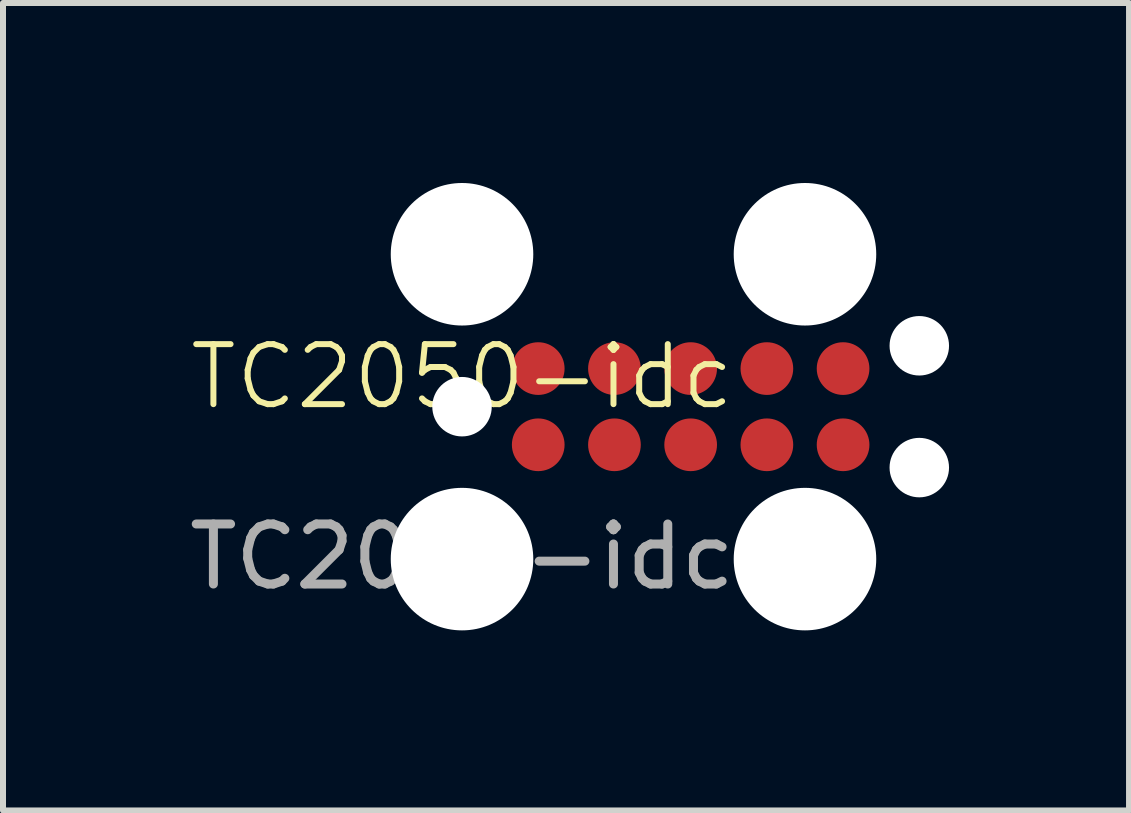
<source format=kicad_pcb>
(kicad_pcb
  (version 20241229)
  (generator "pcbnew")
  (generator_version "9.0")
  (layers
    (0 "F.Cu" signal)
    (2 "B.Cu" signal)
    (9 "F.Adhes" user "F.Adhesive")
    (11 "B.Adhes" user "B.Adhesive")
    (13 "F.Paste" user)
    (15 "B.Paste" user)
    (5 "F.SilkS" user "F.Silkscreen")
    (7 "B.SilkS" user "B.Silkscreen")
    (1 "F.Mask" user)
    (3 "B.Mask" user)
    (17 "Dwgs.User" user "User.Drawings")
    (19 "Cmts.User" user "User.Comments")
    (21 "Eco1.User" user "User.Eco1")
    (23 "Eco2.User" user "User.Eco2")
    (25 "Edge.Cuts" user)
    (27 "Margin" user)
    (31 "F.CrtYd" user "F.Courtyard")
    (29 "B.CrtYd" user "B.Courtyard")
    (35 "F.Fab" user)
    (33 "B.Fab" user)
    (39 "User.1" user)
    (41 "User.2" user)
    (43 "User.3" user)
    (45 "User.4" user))
  (footprint "TC2050-idc"
    (layer "F.Cu")
    (at 4.649 3.727)
    (property "Reference" "TC2050-idc" (at 0 -0.5 0) (unlocked yes) (layer "F.SilkS") (effects (font (size 1 1) (thickness 0.1))))
    (attr smd)
    (fp_text user "${REFERENCE}" (at 0 2.5 0) (unlocked yes) (layer "F.Fab") (effects (font (size 1 1) (thickness 0.15))))
    (pad "" np_thru_hole circle (at 0 -2.54) (size 2.375 2.375) (drill 2.375) (layers "*.Cu" "*.Mask"))
    (pad "" np_thru_hole circle (at 0 0) (size 0.991 0.991) (drill 0.991) (layers "*.Cu" "*.Mask"))
    (pad "" np_thru_hole circle (at 0 2.54) (size 2.375 2.375) (drill 2.375) (layers "*.Cu" "*.Mask"))
    (pad "" np_thru_hole circle (at 5.715 -2.54) (size 2.375 2.375) (drill 2.375) (layers "*.Cu" "*.Mask"))
    (pad "" np_thru_hole circle (at 5.715 2.54) (size 2.375 2.375) (drill 2.375) (layers "*.Cu" "*.Mask"))
    (pad "" np_thru_hole circle (at 7.62 -1.015) (size 0.991 0.991) (drill 0.991) (layers "*.Cu" "*.Mask"))
    (pad "" np_thru_hole circle (at 7.62 1.015) (size 0.991 0.991) (drill 0.991) (layers "*.Cu" "*.Mask"))
    (pad "1" smd circle (at 1.27 0.635) (size 0.878 0.878) (layers "F.Cu" "F.Mask" "F.Paste"))
    (pad "2" smd circle (at 2.54 0.635) (size 0.878 0.878) (layers "F.Cu" "F.Mask" "F.Paste"))
    (pad "3" smd circle (at 3.81 0.635) (size 0.878 0.878) (layers "F.Cu" "F.Mask" "F.Paste"))
    (pad "4" smd circle (at 5.08 0.635) (size 0.878 0.878) (layers "F.Cu" "F.Mask" "F.Paste"))
    (pad "5" smd circle (at 6.35 0.635) (size 0.878 0.878) (layers "F.Cu" "F.Mask" "F.Paste"))
    (pad "6" smd circle (at 6.35 -0.635) (size 0.878 0.878) (layers "F.Cu" "F.Mask" "F.Paste"))
    (pad "7" smd circle (at 5.08 -0.635) (size 0.878 0.878) (layers "F.Cu" "F.Mask" "F.Paste"))
    (pad "8" smd circle (at 3.81 -0.635) (size 0.878 0.878) (layers "F.Cu" "F.Mask" "F.Paste"))
    (pad "9" smd circle (at 2.54 -0.635) (size 0.878 0.878) (layers "F.Cu" "F.Mask" "F.Paste"))
    (pad "10" smd circle (at 1.27 -0.635) (size 0.878 0.878) (layers "F.Cu" "F.Mask" "F.Paste")))
  (gr_rect
    (start -3 -3)
    (end 15.764 10.455)
    (stroke (width 0.1) (type default))
    (fill no)
    (layer "Edge.Cuts")))
</source>
